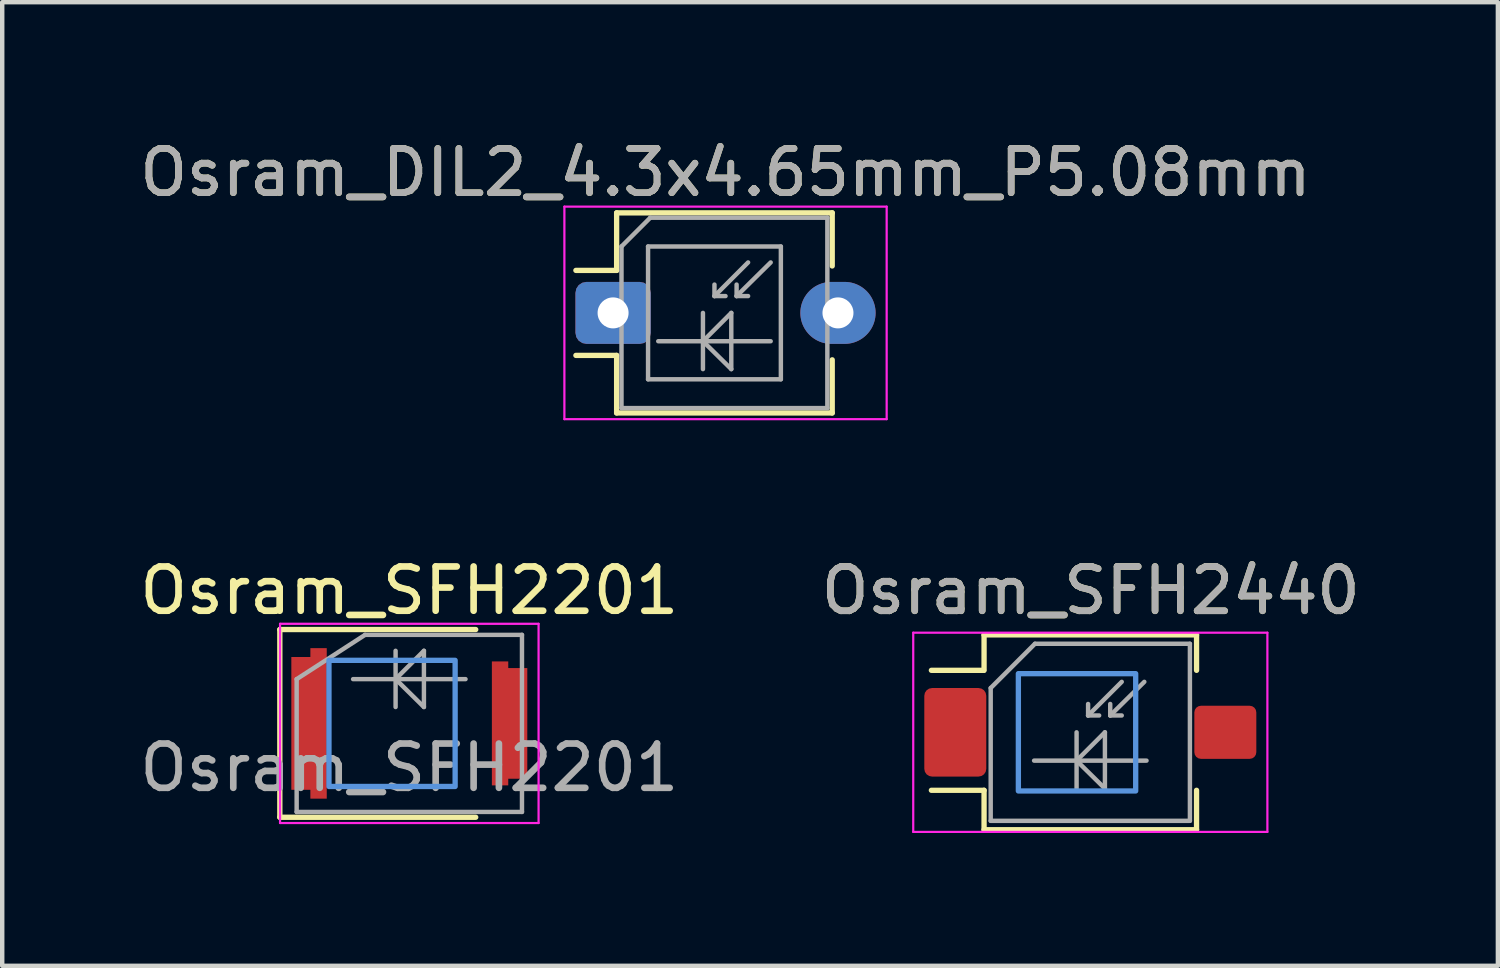
<source format=kicad_pcb>
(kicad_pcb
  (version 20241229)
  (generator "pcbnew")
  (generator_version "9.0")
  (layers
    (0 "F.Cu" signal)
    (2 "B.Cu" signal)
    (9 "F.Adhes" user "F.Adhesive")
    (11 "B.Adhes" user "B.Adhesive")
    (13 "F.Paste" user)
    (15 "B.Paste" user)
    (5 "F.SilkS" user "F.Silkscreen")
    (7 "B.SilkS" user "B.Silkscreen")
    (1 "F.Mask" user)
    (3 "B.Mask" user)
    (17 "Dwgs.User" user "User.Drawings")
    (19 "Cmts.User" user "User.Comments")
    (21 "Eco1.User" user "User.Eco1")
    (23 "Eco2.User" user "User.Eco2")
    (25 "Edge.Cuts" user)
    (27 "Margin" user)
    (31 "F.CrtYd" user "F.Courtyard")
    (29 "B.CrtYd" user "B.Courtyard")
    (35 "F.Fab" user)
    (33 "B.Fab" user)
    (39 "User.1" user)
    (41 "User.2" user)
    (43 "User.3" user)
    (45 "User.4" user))
  (footprint "Osram_SFH2440"
    (layer "F.Cu")
    (at 21.579 13.492)
    (property "Reference" "Osram_SFH2440" (at 0.01 -3.2 0) (layer "F.SilkS") (effects (font (size 1 1) (thickness 0.15))))
    (attr smd)
    (fp_line (start -3.59 1.31) (end -2.4 1.31) (stroke (width 0.12) (type solid)) (layer "F.SilkS"))
    (fp_line (start -2.41 -1.4) (end -3.59 -1.4) (stroke (width 0.12) (type solid)) (layer "F.SilkS"))
    (fp_line (start -2.4 -2.2) (end -2.4 -1.4) (stroke (width 0.12) (type solid)) (layer "F.SilkS"))
    (fp_line (start -2.4 1.31) (end -2.4 2.2) (stroke (width 0.12) (type solid)) (layer "F.SilkS"))
    (fp_line (start -2.4 2.2) (end 2.4 2.2) (stroke (width 0.12) (type solid)) (layer "F.SilkS"))
    (fp_line (start 2.4 -2.2) (end -2.4 -2.2) (stroke (width 0.12) (type solid)) (layer "F.SilkS"))
    (fp_line (start 2.4 -1.4) (end 2.4 -2.2) (stroke (width 0.12) (type solid)) (layer "F.SilkS"))
    (fp_line (start 2.4 2.2) (end 2.4 1.31) (stroke (width 0.12) (type solid)) (layer "F.SilkS"))
    (fp_rect (start -1.625 -1.325) (end 1.025 1.325) (stroke (width 0.12) (type solid)) (fill no) (layer "Cmts.User"))
    (fp_line (start -4 -2.25) (end -4 2.25) (stroke (width 0.05) (type solid)) (layer "F.CrtYd"))
    (fp_line (start -4 -2.25) (end 4 -2.25) (stroke (width 0.05) (type solid)) (layer "F.CrtYd"))
    (fp_line (start 4 2.25) (end -4 2.25) (stroke (width 0.05) (type solid)) (layer "F.CrtYd"))
    (fp_line (start 4 2.25) (end 4 -2.25) (stroke (width 0.05) (type solid)) (layer "F.CrtYd"))
    (fp_line (start -2.25 -1) (end -2.25 2) (stroke (width 0.1) (type solid)) (layer "F.Fab"))
    (fp_line (start -2.25 -1) (end -1.25 -2) (stroke (width 0.1) (type solid)) (layer "F.Fab"))
    (fp_line (start -1.27 0.64) (end 1.27 0.64) (stroke (width 0.1) (type solid)) (layer "F.Fab"))
    (fp_line (start -1.25 -2) (end 2.25 -2) (stroke (width 0.1) (type solid)) (layer "F.Fab"))
    (fp_line (start -0.31 0) (end -0.31 1.27) (stroke (width 0.1) (type solid)) (layer "F.Fab"))
    (fp_line (start -0.31 0.64) (end 0.33 0) (stroke (width 0.1) (type solid)) (layer "F.Fab"))
    (fp_line (start -0.05 -0.38) (end -0.05 -0.64) (stroke (width 0.1) (type solid)) (layer "F.Fab"))
    (fp_line (start -0.05 -0.38) (end 0.2 -0.38) (stroke (width 0.1) (type solid)) (layer "F.Fab"))
    (fp_line (start 0.33 0) (end 0.33 1.27) (stroke (width 0.1) (type solid)) (layer "F.Fab"))
    (fp_line (start 0.33 1.27) (end -0.31 0.64) (stroke (width 0.1) (type solid)) (layer "F.Fab"))
    (fp_line (start 0.45 -0.38) (end 0.45 -0.64) (stroke (width 0.1) (type solid)) (layer "F.Fab"))
    (fp_line (start 0.45 -0.38) (end 0.71 -0.38) (stroke (width 0.1) (type solid)) (layer "F.Fab"))
    (fp_line (start 0.71 -1.14) (end -0.05 -0.38) (stroke (width 0.1) (type solid)) (layer "F.Fab"))
    (fp_line (start 1.22 -1.14) (end 0.45 -0.38) (stroke (width 0.1) (type solid)) (layer "F.Fab"))
    (fp_line (start 2.25 -2) (end 2.25 2) (stroke (width 0.1) (type solid)) (layer "F.Fab"))
    (fp_line (start 2.25 2) (end -2.25 2) (stroke (width 0.1) (type solid)) (layer "F.Fab"))
    (fp_text user "${REFERENCE}" (at 0.01 -3.2 0) (layer "F.Fab") (effects (font (size 1 1) (thickness 0.15))))
    (pad "" smd roundrect (at -3.05 0 180) (size 1.3 1.9) (layers "F.Paste") (roundrect_rratio 0.125))
    (pad "" smd roundrect (at -3.05 0 180) (size 1.5 2.1) (layers "F.Mask") (roundrect_rratio 0.125))
    (pad "" smd roundrect (at 3.05 0 180) (size 1.3 1.1) (layers "F.Paste") (roundrect_rratio 0.125))
    (pad "" smd roundrect (at 3.05 0 180) (size 1.5 1.3) (layers "F.Mask") (roundrect_rratio 0.125))
    (pad "1" smd roundrect (at -3.05 0 180) (size 1.4 2) (layers "F.Cu" "F.Mask") (roundrect_rratio 0.125))
    (pad "2" smd roundrect (at 3.05 0 180) (size 1.4 1.2) (layers "F.Cu" "F.Mask") (roundrect_rratio 0.125)))
  (footprint "Osram_SFH2201"
    (layer "F.Cu")
    (at 6.196 13.291)
    (property "Reference" "Osram_SFH2201" (at 0 -3 0) (unlocked yes) (layer "F.SilkS") (effects (font (size 1 1) (thickness 0.15))))
    (attr smd)
    (fp_line (start -2.925 -2.12) (end -2.925 2.12) (stroke (width 0.12) (type solid)) (layer "F.SilkS"))
    (fp_line (start -2.925 2.12) (end 1.5 2.12) (stroke (width 0.12) (type solid)) (layer "F.SilkS"))
    (fp_line (start 1.5 -2.12) (end -2.925 -2.12) (stroke (width 0.12) (type solid)) (layer "F.SilkS"))
    (fp_rect (start -1.815 -1.425) (end 1.035 1.425) (stroke (width 0.12) (type solid)) (fill no) (layer "Cmts.User"))
    (fp_line (start -2.92 -2.25) (end -2.92 2.25) (stroke (width 0.05) (type solid)) (layer "F.CrtYd"))
    (fp_line (start -2.92 -2.25) (end 2.92 -2.25) (stroke (width 0.05) (type solid)) (layer "F.CrtYd"))
    (fp_line (start 2.92 2.25) (end -2.92 2.25) (stroke (width 0.05) (type solid)) (layer "F.CrtYd"))
    (fp_line (start 2.92 2.25) (end 2.92 -2.25) (stroke (width 0.05) (type solid)) (layer "F.CrtYd"))
    (fp_line (start -2.545 -1) (end -2.545 2) (stroke (width 0.1) (type solid)) (layer "F.Fab"))
    (fp_line (start -2.545 -1) (end -1 -2) (stroke (width 0.1) (type solid)) (layer "F.Fab"))
    (fp_line (start -1.27 -1) (end 1.27 -1) (stroke (width 0.1) (type solid)) (layer "F.Fab"))
    (fp_line (start -1 -2) (end 2.545 -2) (stroke (width 0.1) (type solid)) (layer "F.Fab"))
    (fp_line (start -0.31 -1.64) (end -0.31 -0.37) (stroke (width 0.1) (type solid)) (layer "F.Fab"))
    (fp_line (start -0.31 -1) (end 0.33 -1.64) (stroke (width 0.1) (type solid)) (layer "F.Fab"))
    (fp_line (start 0.33 -1.64) (end 0.33 -0.37) (stroke (width 0.1) (type solid)) (layer "F.Fab"))
    (fp_line (start 0.33 -0.37) (end -0.31 -1) (stroke (width 0.1) (type solid)) (layer "F.Fab"))
    (fp_line (start 2.545 -2) (end 2.545 2) (stroke (width 0.1) (type solid)) (layer "F.Fab"))
    (fp_line (start 2.545 2) (end -2.545 2) (stroke (width 0.1) (type solid)) (layer "F.Fab"))
    (fp_text user "${REFERENCE}" (at 0 1 0) (unlocked yes) (layer "F.Fab") (effects (font (size 1 1) (thickness 0.15))))
    (pad "" smd rect (at -2.265 -0.8) (size 0.6 1) (layers "F.Paste"))
    (pad "" smd rect (at -2.265 0.8) (size 0.6 1) (layers "F.Paste"))
    (pad "" smd rect (at 2.265 -0.7) (size 0.6 1) (layers "F.Paste"))
    (pad "" smd rect (at 2.265 0.7) (size 0.6 1) (layers "F.Paste"))
    (pad "1" smd custom (at -2.265 0) (size 0.8 3) (layers "F.Cu" "F.Mask") (options (anchor rect)) (primitives (gr_poly (pts (xy -0.4 -1.5) (xy 0.03 -1.5) (xy 0.03 -1.7) (xy 0.4 -1.7) (xy 0.4 1.7) (xy 0.03 1.7) (xy 0.03 1.5) (xy -0.4 1.5)) (width 0) (fill yes))))
    (pad "2" smd custom (at 2.265 0 180) (size 0.8 2.5) (layers "F.Cu" "F.Mask") (options (anchor rect)) (primitives (gr_poly (pts (xy -0.4 -1.25) (xy 0.03 -1.25) (xy 0.03 -1.4) (xy 0.4 -1.4) (xy 0.4 1.4) (xy 0.03 1.4) (xy 0.03 1.25) (xy -0.4 1.25)) (width 0) (fill yes)))))
  (footprint "Osram_DIL2_4.3x4.65mm_P5.08mm"
    (layer "F.Cu")
    (at 10.799 4.018)
    (property "Reference" "Osram_DIL2_4.3x4.65mm_P5.08mm" (at 2.54 -3.17 0) (layer "F.SilkS") (effects (font (size 1 1) (thickness 0.15))))
    (attr through_hole)
    (fp_line (start 0.08 -2.26) (end 0.08 -0.96) (stroke (width 0.12) (type solid)) (layer "F.SilkS"))
    (fp_line (start 0.08 -2.26) (end 4.95 -2.26) (stroke (width 0.12) (type solid)) (layer "F.SilkS"))
    (fp_line (start 0.08 -0.96) (end -0.84 -0.96) (stroke (width 0.12) (type solid)) (layer "F.SilkS"))
    (fp_line (start 0.08 0.96) (end -0.84 0.96) (stroke (width 0.12) (type solid)) (layer "F.SilkS"))
    (fp_line (start 0.08 0.96) (end 0.08 2.26) (stroke (width 0.12) (type solid)) (layer "F.SilkS"))
    (fp_line (start 4.95 -2.26) (end 4.95 -1.06) (stroke (width 0.12) (type solid)) (layer "F.SilkS"))
    (fp_line (start 4.95 1.06) (end 4.95 2.26) (stroke (width 0.12) (type solid)) (layer "F.SilkS"))
    (fp_line (start 4.95 2.26) (end 0.08 2.26) (stroke (width 0.12) (type solid)) (layer "F.SilkS"))
    (fp_line (start -1.1 -2.4) (end -1.1 2.4) (stroke (width 0.05) (type solid)) (layer "F.CrtYd"))
    (fp_line (start -1.1 -2.4) (end 6.18 -2.4) (stroke (width 0.05) (type solid)) (layer "F.CrtYd"))
    (fp_line (start 6.18 2.4) (end -1.1 2.4) (stroke (width 0.05) (type solid)) (layer "F.CrtYd"))
    (fp_line (start 6.18 2.4) (end 6.18 -2.4) (stroke (width 0.05) (type solid)) (layer "F.CrtYd"))
    (fp_line (start 0.19 -1.5) (end 0.84 -2.15) (stroke (width 0.1) (type solid)) (layer "F.Fab"))
    (fp_line (start 0.19 2.15) (end 0.19 -1.5) (stroke (width 0.1) (type solid)) (layer "F.Fab"))
    (fp_line (start 0.79 -1.5) (end 0.79 1.5) (stroke (width 0.1) (type solid)) (layer "F.Fab"))
    (fp_line (start 0.79 1.5) (end 3.79 1.5) (stroke (width 0.1) (type solid)) (layer "F.Fab"))
    (fp_line (start 0.84 -2.15) (end 4.84 -2.15) (stroke (width 0.1) (type solid)) (layer "F.Fab"))
    (fp_line (start 1.02 0.64) (end 3.56 0.64) (stroke (width 0.1) (type solid)) (layer "F.Fab"))
    (fp_line (start 2.03 0) (end 2.03 1.27) (stroke (width 0.1) (type solid)) (layer "F.Fab"))
    (fp_line (start 2.03 0.64) (end 2.67 0) (stroke (width 0.1) (type solid)) (layer "F.Fab"))
    (fp_line (start 2.29 -0.38) (end 2.29 -0.64) (stroke (width 0.1) (type solid)) (layer "F.Fab"))
    (fp_line (start 2.29 -0.38) (end 2.54 -0.38) (stroke (width 0.1) (type solid)) (layer "F.Fab"))
    (fp_line (start 2.67 0) (end 2.67 1.27) (stroke (width 0.1) (type solid)) (layer "F.Fab"))
    (fp_line (start 2.67 1.27) (end 2.03 0.64) (stroke (width 0.1) (type solid)) (layer "F.Fab"))
    (fp_line (start 2.79 -0.38) (end 2.79 -0.64) (stroke (width 0.1) (type solid)) (layer "F.Fab"))
    (fp_line (start 2.79 -0.38) (end 3.05 -0.38) (stroke (width 0.1) (type solid)) (layer "F.Fab"))
    (fp_line (start 3.05 -1.14) (end 2.29 -0.38) (stroke (width 0.1) (type solid)) (layer "F.Fab"))
    (fp_line (start 3.56 -1.14) (end 2.79 -0.38) (stroke (width 0.1) (type solid)) (layer "F.Fab"))
    (fp_line (start 3.79 -1.5) (end 0.79 -1.5) (stroke (width 0.1) (type solid)) (layer "F.Fab"))
    (fp_line (start 3.79 1.5) (end 3.79 -1.5) (stroke (width 0.1) (type solid)) (layer "F.Fab"))
    (fp_line (start 4.84 -2.15) (end 4.84 2.15) (stroke (width 0.1) (type solid)) (layer "F.Fab"))
    (fp_line (start 4.84 2.15) (end 0.19 2.15) (stroke (width 0.1) (type solid)) (layer "F.Fab"))
    (fp_text user "${REFERENCE}" (at 2.54 -3.17 0) (layer "F.Fab") (effects (font (size 1 1) (thickness 0.15))))
    (pad "1" thru_hole roundrect (at 0 0) (size 1.7 1.4) (drill 0.7) (layers "*.Cu" "*.Mask") (roundrect_rratio 0.178))
    (pad "2" thru_hole oval (at 5.08 0) (size 1.7 1.4) (drill 0.7) (layers "*.Cu" "*.Mask")))
  (gr_rect
    (start -3 -3)
    (end 30.786 18.767)
    (stroke (width 0.1) (type default))
    (fill no)
    (layer "Edge.Cuts")))
</source>
